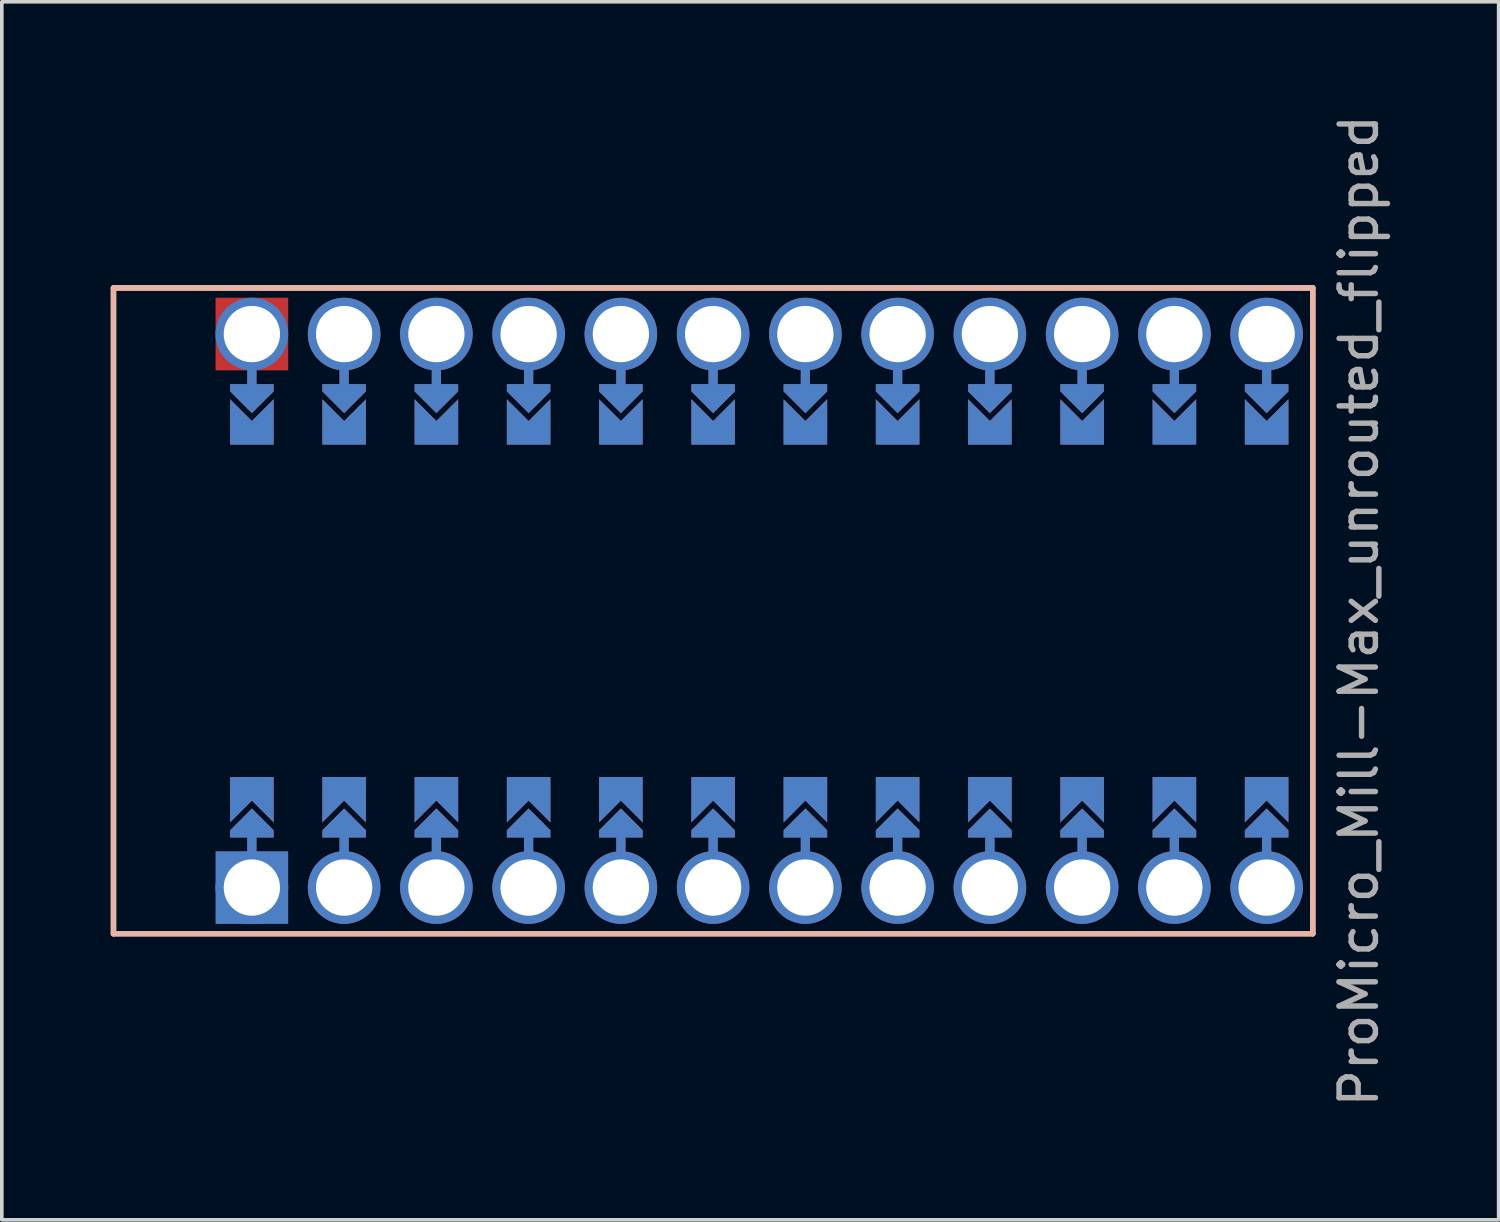
<source format=kicad_pcb>
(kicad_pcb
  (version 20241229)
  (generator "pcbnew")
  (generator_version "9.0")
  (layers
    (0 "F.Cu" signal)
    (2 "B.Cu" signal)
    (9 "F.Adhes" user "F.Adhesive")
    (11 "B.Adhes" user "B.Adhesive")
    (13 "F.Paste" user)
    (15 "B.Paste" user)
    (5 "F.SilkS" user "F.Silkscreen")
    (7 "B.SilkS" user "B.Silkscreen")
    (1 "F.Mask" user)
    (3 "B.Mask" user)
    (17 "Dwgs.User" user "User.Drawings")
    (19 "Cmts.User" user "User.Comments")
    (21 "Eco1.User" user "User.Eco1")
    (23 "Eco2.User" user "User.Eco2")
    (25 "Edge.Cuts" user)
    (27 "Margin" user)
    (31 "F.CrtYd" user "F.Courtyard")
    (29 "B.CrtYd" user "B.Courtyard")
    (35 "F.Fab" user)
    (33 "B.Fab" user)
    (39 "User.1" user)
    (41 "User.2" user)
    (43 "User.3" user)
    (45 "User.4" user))
  (footprint "ProMicro_Mill-Max_unrouted_flipped"
    (layer "F.Cu")
    (at 17.855 13.768)
    (property "Reference" "ProMicro_Mill-Max_unrouted_flipped" (at 16.51 0 90) (layer "F.Fab") (effects (font (size 1 1) (thickness 0.15))))
    (attr through_hole)
    (fp_line (start -13.97 -7.62) (end -13.97 -5.842) (stroke (width 0.254) (type default)) (layer "F.Cu"))
    (fp_line (start -13.97 7.62) (end -13.97 5.842) (stroke (width 0.254) (type default)) (layer "F.Cu"))
    (fp_line (start -11.43 -7.62) (end -11.43 -5.842) (stroke (width 0.254) (type default)) (layer "F.Cu"))
    (fp_line (start -11.43 7.62) (end -11.43 5.842) (stroke (width 0.254) (type default)) (layer "F.Cu"))
    (fp_line (start -8.89 -7.62) (end -8.89 -5.842) (stroke (width 0.254) (type default)) (layer "F.Cu"))
    (fp_line (start -8.89 7.62) (end -8.89 5.842) (stroke (width 0.254) (type default)) (layer "F.Cu"))
    (fp_line (start -6.35 -7.62) (end -6.35 -5.842) (stroke (width 0.254) (type default)) (layer "F.Cu"))
    (fp_line (start -6.35 7.62) (end -6.35 5.842) (stroke (width 0.254) (type default)) (layer "F.Cu"))
    (fp_line (start -3.81 -7.62) (end -3.81 -5.842) (stroke (width 0.254) (type default)) (layer "F.Cu"))
    (fp_line (start -3.81 7.62) (end -3.81 5.842) (stroke (width 0.254) (type default)) (layer "F.Cu"))
    (fp_line (start -1.27 -7.62) (end -1.27 -5.842) (stroke (width 0.254) (type default)) (layer "F.Cu"))
    (fp_line (start -1.27 7.62) (end -1.27 5.842) (stroke (width 0.254) (type default)) (layer "F.Cu"))
    (fp_line (start 1.27 -7.62) (end 1.27 -5.842) (stroke (width 0.254) (type default)) (layer "F.Cu"))
    (fp_line (start 1.27 7.62) (end 1.27 5.842) (stroke (width 0.254) (type default)) (layer "F.Cu"))
    (fp_line (start 3.81 -7.62) (end 3.81 -5.842) (stroke (width 0.254) (type default)) (layer "F.Cu"))
    (fp_line (start 3.81 7.62) (end 3.81 5.842) (stroke (width 0.254) (type default)) (layer "F.Cu"))
    (fp_line (start 6.35 -7.62) (end 6.35 -5.842) (stroke (width 0.254) (type default)) (layer "F.Cu"))
    (fp_line (start 6.35 7.62) (end 6.35 5.842) (stroke (width 0.254) (type default)) (layer "F.Cu"))
    (fp_line (start 8.89 -7.62) (end 8.89 -5.842) (stroke (width 0.254) (type default)) (layer "F.Cu"))
    (fp_line (start 8.89 7.62) (end 8.89 5.842) (stroke (width 0.254) (type default)) (layer "F.Cu"))
    (fp_line (start 11.43 -7.62) (end 11.43 -5.842) (stroke (width 0.254) (type default)) (layer "F.Cu"))
    (fp_line (start 11.43 7.62) (end 11.43 5.842) (stroke (width 0.254) (type default)) (layer "F.Cu"))
    (fp_line (start 13.97 -7.62) (end 13.97 -5.842) (stroke (width 0.254) (type default)) (layer "F.Cu"))
    (fp_line (start 13.97 7.62) (end 13.97 5.842) (stroke (width 0.254) (type default)) (layer "F.Cu"))
    (fp_poly (pts (xy -14.478 -5.08) (xy -13.462 -5.08) (xy -13.462 -6.096) (xy -14.478 -6.096)) (stroke (width 0.2) (type solid)) (fill yes) (layer "F.Mask"))
    (fp_poly (pts (xy -13.462 5.08) (xy -14.478 5.08) (xy -14.478 6.096) (xy -13.462 6.096)) (stroke (width 0.2) (type solid)) (fill yes) (layer "F.Mask"))
    (fp_poly (pts (xy -11.938 -5.08) (xy -10.922 -5.08) (xy -10.922 -6.096) (xy -11.938 -6.096)) (stroke (width 0.2) (type solid)) (fill yes) (layer "F.Mask"))
    (fp_poly (pts (xy -10.922 5.08) (xy -11.938 5.08) (xy -11.938 6.096) (xy -10.922 6.096)) (stroke (width 0.2) (type solid)) (fill yes) (layer "F.Mask"))
    (fp_poly (pts (xy -9.398 -5.08) (xy -8.382 -5.08) (xy -8.382 -6.096) (xy -9.398 -6.096)) (stroke (width 0.2) (type solid)) (fill yes) (layer "F.Mask"))
    (fp_poly (pts (xy -8.382 5.08) (xy -9.398 5.08) (xy -9.398 6.096) (xy -8.382 6.096)) (stroke (width 0.2) (type solid)) (fill yes) (layer "F.Mask"))
    (fp_poly (pts (xy -6.858 -5.08) (xy -5.842 -5.08) (xy -5.842 -6.096) (xy -6.858 -6.096)) (stroke (width 0.2) (type solid)) (fill yes) (layer "F.Mask"))
    (fp_poly (pts (xy -5.842 5.08) (xy -6.858 5.08) (xy -6.858 6.096) (xy -5.842 6.096)) (stroke (width 0.2) (type solid)) (fill yes) (layer "F.Mask"))
    (fp_poly (pts (xy -4.318 -5.08) (xy -3.302 -5.08) (xy -3.302 -6.096) (xy -4.318 -6.096)) (stroke (width 0.2) (type solid)) (fill yes) (layer "F.Mask"))
    (fp_poly (pts (xy -3.302 5.08) (xy -4.318 5.08) (xy -4.318 6.096) (xy -3.302 6.096)) (stroke (width 0.2) (type solid)) (fill yes) (layer "F.Mask"))
    (fp_poly (pts (xy -1.778 -5.08) (xy -0.762 -5.08) (xy -0.762 -6.096) (xy -1.778 -6.096)) (stroke (width 0.2) (type solid)) (fill yes) (layer "F.Mask"))
    (fp_poly (pts (xy -0.762 5.08) (xy -1.778 5.08) (xy -1.778 6.096) (xy -0.762 6.096)) (stroke (width 0.2) (type solid)) (fill yes) (layer "F.Mask"))
    (fp_poly (pts (xy 0.762 -5.08) (xy 1.778 -5.08) (xy 1.778 -6.096) (xy 0.762 -6.096)) (stroke (width 0.2) (type solid)) (fill yes) (layer "F.Mask"))
    (fp_poly (pts (xy 1.778 5.08) (xy 0.762 5.08) (xy 0.762 6.096) (xy 1.778 6.096)) (stroke (width 0.2) (type solid)) (fill yes) (layer "F.Mask"))
    (fp_poly (pts (xy 3.302 -5.08) (xy 4.318 -5.08) (xy 4.318 -6.096) (xy 3.302 -6.096)) (stroke (width 0.2) (type solid)) (fill yes) (layer "F.Mask"))
    (fp_poly (pts (xy 4.318 5.08) (xy 3.302 5.08) (xy 3.302 6.096) (xy 4.318 6.096)) (stroke (width 0.2) (type solid)) (fill yes) (layer "F.Mask"))
    (fp_poly (pts (xy 5.842 -5.08) (xy 6.858 -5.08) (xy 6.858 -6.096) (xy 5.842 -6.096)) (stroke (width 0.2) (type solid)) (fill yes) (layer "F.Mask"))
    (fp_poly (pts (xy 6.858 5.08) (xy 5.842 5.08) (xy 5.842 6.096) (xy 6.858 6.096)) (stroke (width 0.2) (type solid)) (fill yes) (layer "F.Mask"))
    (fp_poly (pts (xy 8.382 -5.08) (xy 9.398 -5.08) (xy 9.398 -6.096) (xy 8.382 -6.096)) (stroke (width 0.2) (type solid)) (fill yes) (layer "F.Mask"))
    (fp_poly (pts (xy 9.398 5.08) (xy 8.382 5.08) (xy 8.382 6.096) (xy 9.398 6.096)) (stroke (width 0.2) (type solid)) (fill yes) (layer "F.Mask"))
    (fp_poly (pts (xy 10.922 -5.08) (xy 11.938 -5.08) (xy 11.938 -6.096) (xy 10.922 -6.096)) (stroke (width 0.2) (type solid)) (fill yes) (layer "F.Mask"))
    (fp_poly (pts (xy 11.938 5.08) (xy 10.922 5.08) (xy 10.922 6.096) (xy 11.938 6.096)) (stroke (width 0.2) (type solid)) (fill yes) (layer "F.Mask"))
    (fp_poly (pts (xy 13.462 -5.08) (xy 14.478 -5.08) (xy 14.478 -6.096) (xy 13.462 -6.096)) (stroke (width 0.2) (type solid)) (fill yes) (layer "F.Mask"))
    (fp_poly (pts (xy 14.478 5.08) (xy 13.462 5.08) (xy 13.462 6.096) (xy 14.478 6.096)) (stroke (width 0.2) (type solid)) (fill yes) (layer "F.Mask"))
    (fp_line (start -13.97 -7.62) (end -13.97 -5.842) (stroke (width 0.254) (type default)) (layer "B.Cu"))
    (fp_line (start -13.97 7.62) (end -13.97 5.842) (stroke (width 0.254) (type default)) (layer "B.Cu"))
    (fp_line (start -11.43 -7.62) (end -11.43 -5.842) (stroke (width 0.254) (type default)) (layer "B.Cu"))
    (fp_line (start -11.43 7.62) (end -11.43 5.842) (stroke (width 0.254) (type default)) (layer "B.Cu"))
    (fp_line (start -8.89 -7.62) (end -8.89 -5.842) (stroke (width 0.254) (type default)) (layer "B.Cu"))
    (fp_line (start -8.89 7.62) (end -8.89 5.842) (stroke (width 0.254) (type default)) (layer "B.Cu"))
    (fp_line (start -6.35 -7.62) (end -6.35 -5.842) (stroke (width 0.254) (type default)) (layer "B.Cu"))
    (fp_line (start -6.35 7.62) (end -6.35 5.842) (stroke (width 0.254) (type default)) (layer "B.Cu"))
    (fp_line (start -3.81 -7.62) (end -3.81 -5.842) (stroke (width 0.254) (type default)) (layer "B.Cu"))
    (fp_line (start -3.81 7.62) (end -3.81 5.842) (stroke (width 0.254) (type default)) (layer "B.Cu"))
    (fp_line (start -1.27 -7.62) (end -1.27 -5.842) (stroke (width 0.254) (type default)) (layer "B.Cu"))
    (fp_line (start -1.27 7.62) (end -1.27 5.842) (stroke (width 0.254) (type default)) (layer "B.Cu"))
    (fp_line (start 1.27 -7.62) (end 1.27 -5.842) (stroke (width 0.254) (type default)) (layer "B.Cu"))
    (fp_line (start 1.27 7.62) (end 1.27 5.842) (stroke (width 0.254) (type default)) (layer "B.Cu"))
    (fp_line (start 3.81 -7.62) (end 3.81 -5.842) (stroke (width 0.254) (type default)) (layer "B.Cu"))
    (fp_line (start 3.81 7.62) (end 3.81 5.842) (stroke (width 0.254) (type default)) (layer "B.Cu"))
    (fp_line (start 6.35 -7.62) (end 6.35 -5.842) (stroke (width 0.254) (type default)) (layer "B.Cu"))
    (fp_line (start 6.35 7.62) (end 6.35 5.842) (stroke (width 0.254) (type default)) (layer "B.Cu"))
    (fp_line (start 8.89 -7.62) (end 8.89 -5.842) (stroke (width 0.254) (type default)) (layer "B.Cu"))
    (fp_line (start 8.89 7.62) (end 8.89 5.842) (stroke (width 0.254) (type default)) (layer "B.Cu"))
    (fp_line (start 11.43 -7.62) (end 11.43 -5.842) (stroke (width 0.254) (type default)) (layer "B.Cu"))
    (fp_line (start 11.43 7.62) (end 11.43 5.842) (stroke (width 0.254) (type default)) (layer "B.Cu"))
    (fp_line (start 13.97 -7.62) (end 13.97 -5.842) (stroke (width 0.254) (type default)) (layer "B.Cu"))
    (fp_line (start 13.97 7.62) (end 13.97 5.842) (stroke (width 0.254) (type default)) (layer "B.Cu"))
    (fp_poly (pts (xy -14.478 -5.08) (xy -13.462 -5.08) (xy -13.462 -6.096) (xy -14.478 -6.096)) (stroke (width 0.2) (type solid)) (fill yes) (layer "B.Mask"))
    (fp_poly (pts (xy -13.462 5.08) (xy -14.478 5.08) (xy -14.478 6.096) (xy -13.462 6.096)) (stroke (width 0.2) (type solid)) (fill yes) (layer "B.Mask"))
    (fp_poly (pts (xy -11.938 -5.08) (xy -10.922 -5.08) (xy -10.922 -6.096) (xy -11.938 -6.096)) (stroke (width 0.2) (type solid)) (fill yes) (layer "B.Mask"))
    (fp_poly (pts (xy -10.922 5.08) (xy -11.938 5.08) (xy -11.938 6.096) (xy -10.922 6.096)) (stroke (width 0.2) (type solid)) (fill yes) (layer "B.Mask"))
    (fp_poly (pts (xy -9.398 -5.08) (xy -8.382 -5.08) (xy -8.382 -6.096) (xy -9.398 -6.096)) (stroke (width 0.2) (type solid)) (fill yes) (layer "B.Mask"))
    (fp_poly (pts (xy -8.382 5.08) (xy -9.398 5.08) (xy -9.398 6.096) (xy -8.382 6.096)) (stroke (width 0.2) (type solid)) (fill yes) (layer "B.Mask"))
    (fp_poly (pts (xy -6.858 -5.08) (xy -5.842 -5.08) (xy -5.842 -6.096) (xy -6.858 -6.096)) (stroke (width 0.2) (type solid)) (fill yes) (layer "B.Mask"))
    (fp_poly (pts (xy -5.842 5.08) (xy -6.858 5.08) (xy -6.858 6.096) (xy -5.842 6.096)) (stroke (width 0.2) (type solid)) (fill yes) (layer "B.Mask"))
    (fp_poly (pts (xy -4.318 -5.08) (xy -3.302 -5.08) (xy -3.302 -6.096) (xy -4.318 -6.096)) (stroke (width 0.2) (type solid)) (fill yes) (layer "B.Mask"))
    (fp_poly (pts (xy -3.302 5.08) (xy -4.318 5.08) (xy -4.318 6.096) (xy -3.302 6.096)) (stroke (width 0.2) (type solid)) (fill yes) (layer "B.Mask"))
    (fp_poly (pts (xy -1.778 -5.08) (xy -0.762 -5.08) (xy -0.762 -6.096) (xy -1.778 -6.096)) (stroke (width 0.2) (type solid)) (fill yes) (layer "B.Mask"))
    (fp_poly (pts (xy -0.762 5.08) (xy -1.778 5.08) (xy -1.778 6.096) (xy -0.762 6.096)) (stroke (width 0.2) (type solid)) (fill yes) (layer "B.Mask"))
    (fp_poly (pts (xy 0.762 -5.08) (xy 1.778 -5.08) (xy 1.778 -6.096) (xy 0.762 -6.096)) (stroke (width 0.2) (type solid)) (fill yes) (layer "B.Mask"))
    (fp_poly (pts (xy 1.778 5.08) (xy 0.762 5.08) (xy 0.762 6.096) (xy 1.778 6.096)) (stroke (width 0.2) (type solid)) (fill yes) (layer "B.Mask"))
    (fp_poly (pts (xy 3.302 -5.08) (xy 4.318 -5.08) (xy 4.318 -6.096) (xy 3.302 -6.096)) (stroke (width 0.2) (type solid)) (fill yes) (layer "B.Mask"))
    (fp_poly (pts (xy 4.318 5.08) (xy 3.302 5.08) (xy 3.302 6.096) (xy 4.318 6.096)) (stroke (width 0.2) (type solid)) (fill yes) (layer "B.Mask"))
    (fp_poly (pts (xy 5.842 -5.08) (xy 6.858 -5.08) (xy 6.858 -6.096) (xy 5.842 -6.096)) (stroke (width 0.2) (type solid)) (fill yes) (layer "B.Mask"))
    (fp_poly (pts (xy 6.858 5.08) (xy 5.842 5.08) (xy 5.842 6.096) (xy 6.858 6.096)) (stroke (width 0.2) (type solid)) (fill yes) (layer "B.Mask"))
    (fp_poly (pts (xy 8.382 -5.08) (xy 9.398 -5.08) (xy 9.398 -6.096) (xy 8.382 -6.096)) (stroke (width 0.2) (type solid)) (fill yes) (layer "B.Mask"))
    (fp_poly (pts (xy 9.398 5.08) (xy 8.382 5.08) (xy 8.382 6.096) (xy 9.398 6.096)) (stroke (width 0.2) (type solid)) (fill yes) (layer "B.Mask"))
    (fp_poly (pts (xy 10.922 -5.08) (xy 11.938 -5.08) (xy 11.938 -6.096) (xy 10.922 -6.096)) (stroke (width 0.2) (type solid)) (fill yes) (layer "B.Mask"))
    (fp_poly (pts (xy 11.938 5.08) (xy 10.922 5.08) (xy 10.922 6.096) (xy 11.938 6.096)) (stroke (width 0.2) (type solid)) (fill yes) (layer "B.Mask"))
    (fp_poly (pts (xy 13.462 -5.08) (xy 14.478 -5.08) (xy 14.478 -6.096) (xy 13.462 -6.096)) (stroke (width 0.2) (type solid)) (fill yes) (layer "B.Mask"))
    (fp_poly (pts (xy 14.478 5.08) (xy 13.462 5.08) (xy 13.462 6.096) (xy 14.478 6.096)) (stroke (width 0.2) (type solid)) (fill yes) (layer "B.Mask"))
    (fp_line (start -17.78 -8.89) (end 15.24 -8.89) (stroke (width 0.15) (type solid)) (layer "F.SilkS"))
    (fp_line (start -17.78 8.89) (end -17.78 -8.89) (stroke (width 0.15) (type solid)) (layer "F.SilkS"))
    (fp_line (start -17.78 8.89) (end 15.24 8.89) (stroke (width 0.15) (type solid)) (layer "F.SilkS"))
    (fp_line (start 15.24 -8.89) (end 15.24 8.89) (stroke (width 0.15) (type solid)) (layer "F.SilkS"))
    (fp_line (start -17.78 -8.89) (end 15.24 -8.89) (stroke (width 0.15) (type solid)) (layer "B.SilkS"))
    (fp_line (start -17.78 8.89) (end -17.78 -8.89) (stroke (width 0.15) (type solid)) (layer "B.SilkS"))
    (fp_line (start -17.78 8.89) (end 15.24 8.89) (stroke (width 0.15) (type solid)) (layer "B.SilkS"))
    (fp_line (start 15.24 -8.89) (end 15.24 8.89) (stroke (width 0.15) (type solid)) (layer "B.SilkS"))
    (pad "" thru_hole circle (at -13.97 -7.62) (size 2 2) (drill 1.55) (layers "*.Cu" "*.Paste" "*.Mask"))
    (pad "" smd rect (at -13.97 -7.62 90) (size 2 2) (layers "F.Cu" "F.Mask" "F.Paste"))
    (pad "" smd custom (at -13.97 -5.842 180) (size 0.1 0.1) (layers "F.Cu" "F.Mask") (options (anchor rect)) (primitives (gr_poly (pts (xy 0.6 0.4) (xy -0.6 0.4) (xy -0.6 0.2) (xy 0 -0.4) (xy 0.6 0.2)) (width 0) (fill yes))))
    (pad "" smd custom (at -13.97 -5.842 180) (size 0.1 0.1) (layers "B.Cu" "B.Mask") (options (anchor rect)) (primitives (gr_poly (pts (xy 0.6 0.4) (xy -0.6 0.4) (xy -0.6 0.2) (xy 0 -0.4) (xy 0.6 0.2)) (width 0) (fill yes))))
    (pad "" smd custom (at -13.97 5.842) (size 0.1 0.1) (layers "F.Cu" "F.Mask") (options (anchor rect)) (primitives (gr_poly (pts (xy 0.6 0.4) (xy -0.6 0.4) (xy -0.6 0.2) (xy 0 -0.4) (xy 0.6 0.2)) (width 0) (fill yes))))
    (pad "" smd custom (at -13.97 5.842) (size 0.1 0.1) (layers "B.Cu" "B.Mask") (options (anchor rect)) (primitives (gr_poly (pts (xy 0.6 0.4) (xy -0.6 0.4) (xy -0.6 0.2) (xy 0 -0.4) (xy 0.6 0.2)) (width 0) (fill yes))))
    (pad "" thru_hole circle (at -13.97 7.62) (size 2 2) (drill 1.55) (layers "*.Cu" "*.Paste" "*.Mask"))
    (pad "" smd rect (at -13.97 7.62) (size 2 2) (layers "B.Cu" "B.Mask" "B.Paste"))
    (pad "" thru_hole circle (at -11.43 -7.62) (size 2 2) (drill 1.55) (layers "*.Cu" "*.Paste" "*.Mask"))
    (pad "" smd custom (at -11.43 -5.842 180) (size 0.1 0.1) (layers "F.Cu" "F.Mask") (options (anchor rect)) (primitives (gr_poly (pts (xy 0.6 0.4) (xy -0.6 0.4) (xy -0.6 0.2) (xy 0 -0.4) (xy 0.6 0.2)) (width 0) (fill yes))))
    (pad "" smd custom (at -11.43 -5.842 180) (size 0.1 0.1) (layers "B.Cu" "B.Mask") (options (anchor rect)) (primitives (gr_poly (pts (xy 0.6 0.4) (xy -0.6 0.4) (xy -0.6 0.2) (xy 0 -0.4) (xy 0.6 0.2)) (width 0) (fill yes))))
    (pad "" smd custom (at -11.43 5.842) (size 0.1 0.1) (layers "F.Cu" "F.Mask") (options (anchor rect)) (primitives (gr_poly (pts (xy 0.6 0.4) (xy -0.6 0.4) (xy -0.6 0.2) (xy 0 -0.4) (xy 0.6 0.2)) (width 0) (fill yes))))
    (pad "" smd custom (at -11.43 5.842) (size 0.1 0.1) (layers "B.Cu" "B.Mask") (options (anchor rect)) (primitives (gr_poly (pts (xy 0.6 0.4) (xy -0.6 0.4) (xy -0.6 0.2) (xy 0 -0.4) (xy 0.6 0.2)) (width 0) (fill yes))))
    (pad "" thru_hole circle (at -11.43 7.62) (size 2 2) (drill 1.55) (layers "*.Cu" "*.Paste" "*.Mask"))
    (pad "" thru_hole circle (at -8.89 -7.62) (size 2 2) (drill 1.55) (layers "*.Cu" "*.Paste" "*.Mask"))
    (pad "" smd custom (at -8.89 -5.842 180) (size 0.1 0.1) (layers "F.Cu" "F.Mask") (options (anchor rect)) (primitives (gr_poly (pts (xy 0.6 0.4) (xy -0.6 0.4) (xy -0.6 0.2) (xy 0 -0.4) (xy 0.6 0.2)) (width 0) (fill yes))))
    (pad "" smd custom (at -8.89 -5.842 180) (size 0.1 0.1) (layers "B.Cu" "B.Mask") (options (anchor rect)) (primitives (gr_poly (pts (xy 0.6 0.4) (xy -0.6 0.4) (xy -0.6 0.2) (xy 0 -0.4) (xy 0.6 0.2)) (width 0) (fill yes))))
    (pad "" smd custom (at -8.89 5.842) (size 0.1 0.1) (layers "F.Cu" "F.Mask") (options (anchor rect)) (primitives (gr_poly (pts (xy 0.6 0.4) (xy -0.6 0.4) (xy -0.6 0.2) (xy 0 -0.4) (xy 0.6 0.2)) (width 0) (fill yes))))
    (pad "" smd custom (at -8.89 5.842) (size 0.1 0.1) (layers "B.Cu" "B.Mask") (options (anchor rect)) (primitives (gr_poly (pts (xy 0.6 0.4) (xy -0.6 0.4) (xy -0.6 0.2) (xy 0 -0.4) (xy 0.6 0.2)) (width 0) (fill yes))))
    (pad "" thru_hole circle (at -8.89 7.62) (size 2 2) (drill 1.55) (layers "*.Cu" "*.Paste" "*.Mask"))
    (pad "" thru_hole circle (at -6.35 -7.62) (size 2 2) (drill 1.55) (layers "*.Cu" "*.Paste" "*.Mask"))
    (pad "" smd custom (at -6.35 -5.842 180) (size 0.1 0.1) (layers "F.Cu" "F.Mask") (options (anchor rect)) (primitives (gr_poly (pts (xy 0.6 0.4) (xy -0.6 0.4) (xy -0.6 0.2) (xy 0 -0.4) (xy 0.6 0.2)) (width 0) (fill yes))))
    (pad "" smd custom (at -6.35 -5.842 180) (size 0.1 0.1) (layers "B.Cu" "B.Mask") (options (anchor rect)) (primitives (gr_poly (pts (xy 0.6 0.4) (xy -0.6 0.4) (xy -0.6 0.2) (xy 0 -0.4) (xy 0.6 0.2)) (width 0) (fill yes))))
    (pad "" smd custom (at -6.35 5.842) (size 0.1 0.1) (layers "F.Cu" "F.Mask") (options (anchor rect)) (primitives (gr_poly (pts (xy 0.6 0.4) (xy -0.6 0.4) (xy -0.6 0.2) (xy 0 -0.4) (xy 0.6 0.2)) (width 0) (fill yes))))
    (pad "" smd custom (at -6.35 5.842) (size 0.1 0.1) (layers "B.Cu" "B.Mask") (options (anchor rect)) (primitives (gr_poly (pts (xy 0.6 0.4) (xy -0.6 0.4) (xy -0.6 0.2) (xy 0 -0.4) (xy 0.6 0.2)) (width 0) (fill yes))))
    (pad "" thru_hole circle (at -6.35 7.62) (size 2 2) (drill 1.55) (layers "*.Cu" "*.Paste" "*.Mask"))
    (pad "" thru_hole circle (at -3.81 -7.62) (size 2 2) (drill 1.55) (layers "*.Cu" "*.Paste" "*.Mask"))
    (pad "" smd custom (at -3.81 -5.842 180) (size 0.1 0.1) (layers "F.Cu" "F.Mask") (options (anchor rect)) (primitives (gr_poly (pts (xy 0.6 0.4) (xy -0.6 0.4) (xy -0.6 0.2) (xy 0 -0.4) (xy 0.6 0.2)) (width 0) (fill yes))))
    (pad "" smd custom (at -3.81 -5.842 180) (size 0.1 0.1) (layers "B.Cu" "B.Mask") (options (anchor rect)) (primitives (gr_poly (pts (xy 0.6 0.4) (xy -0.6 0.4) (xy -0.6 0.2) (xy 0 -0.4) (xy 0.6 0.2)) (width 0) (fill yes))))
    (pad "" smd custom (at -3.81 5.842) (size 0.1 0.1) (layers "F.Cu" "F.Mask") (options (anchor rect)) (primitives (gr_poly (pts (xy 0.6 0.4) (xy -0.6 0.4) (xy -0.6 0.2) (xy 0 -0.4) (xy 0.6 0.2)) (width 0) (fill yes))))
    (pad "" smd custom (at -3.81 5.842) (size 0.1 0.1) (layers "B.Cu" "B.Mask") (options (anchor rect)) (primitives (gr_poly (pts (xy 0.6 0.4) (xy -0.6 0.4) (xy -0.6 0.2) (xy 0 -0.4) (xy 0.6 0.2)) (width 0) (fill yes))))
    (pad "" thru_hole circle (at -3.81 7.62) (size 2 2) (drill 1.55) (layers "*.Cu" "*.Paste" "*.Mask"))
    (pad "" thru_hole circle (at -1.27 -7.62) (size 2 2) (drill 1.55) (layers "*.Cu" "*.Paste" "*.Mask"))
    (pad "" smd custom (at -1.27 -5.842 180) (size 0.1 0.1) (layers "F.Cu" "F.Mask") (options (anchor rect)) (primitives (gr_poly (pts (xy 0.6 0.4) (xy -0.6 0.4) (xy -0.6 0.2) (xy 0 -0.4) (xy 0.6 0.2)) (width 0) (fill yes))))
    (pad "" smd custom (at -1.27 -5.842 180) (size 0.1 0.1) (layers "B.Cu" "B.Mask") (options (anchor rect)) (primitives (gr_poly (pts (xy 0.6 0.4) (xy -0.6 0.4) (xy -0.6 0.2) (xy 0 -0.4) (xy 0.6 0.2)) (width 0) (fill yes))))
    (pad "" smd custom (at -1.27 5.842) (size 0.1 0.1) (layers "F.Cu" "F.Mask") (options (anchor rect)) (primitives (gr_poly (pts (xy 0.6 0.4) (xy -0.6 0.4) (xy -0.6 0.2) (xy 0 -0.4) (xy 0.6 0.2)) (width 0) (fill yes))))
    (pad "" smd custom (at -1.27 5.842) (size 0.1 0.1) (layers "B.Cu" "B.Mask") (options (anchor rect)) (primitives (gr_poly (pts (xy 0.6 0.4) (xy -0.6 0.4) (xy -0.6 0.2) (xy 0 -0.4) (xy 0.6 0.2)) (width 0) (fill yes))))
    (pad "" thru_hole circle (at -1.27 7.62) (size 2 2) (drill 1.55) (layers "*.Cu" "*.Paste" "*.Mask"))
    (pad "" thru_hole circle (at 1.27 -7.62) (size 2 2) (drill 1.55) (layers "*.Cu" "*.Paste" "*.Mask"))
    (pad "" smd custom (at 1.27 -5.842 180) (size 0.1 0.1) (layers "F.Cu" "F.Mask") (options (anchor rect)) (primitives (gr_poly (pts (xy 0.6 0.4) (xy -0.6 0.4) (xy -0.6 0.2) (xy 0 -0.4) (xy 0.6 0.2)) (width 0) (fill yes))))
    (pad "" smd custom (at 1.27 -5.842 180) (size 0.1 0.1) (layers "B.Cu" "B.Mask") (options (anchor rect)) (primitives (gr_poly (pts (xy 0.6 0.4) (xy -0.6 0.4) (xy -0.6 0.2) (xy 0 -0.4) (xy 0.6 0.2)) (width 0) (fill yes))))
    (pad "" smd custom (at 1.27 5.842) (size 0.1 0.1) (layers "F.Cu" "F.Mask") (options (anchor rect)) (primitives (gr_poly (pts (xy 0.6 0.4) (xy -0.6 0.4) (xy -0.6 0.2) (xy 0 -0.4) (xy 0.6 0.2)) (width 0) (fill yes))))
    (pad "" smd custom (at 1.27 5.842) (size 0.1 0.1) (layers "B.Cu" "B.Mask") (options (anchor rect)) (primitives (gr_poly (pts (xy 0.6 0.4) (xy -0.6 0.4) (xy -0.6 0.2) (xy 0 -0.4) (xy 0.6 0.2)) (width 0) (fill yes))))
    (pad "" thru_hole circle (at 1.27 7.62) (size 2 2) (drill 1.55) (layers "*.Cu" "*.Paste" "*.Mask"))
    (pad "" thru_hole circle (at 3.81 -7.62) (size 2 2) (drill 1.55) (layers "*.Cu" "*.Paste" "*.Mask"))
    (pad "" smd custom (at 3.81 -5.842 180) (size 0.1 0.1) (layers "F.Cu" "F.Mask") (options (anchor rect)) (primitives (gr_poly (pts (xy 0.6 0.4) (xy -0.6 0.4) (xy -0.6 0.2) (xy 0 -0.4) (xy 0.6 0.2)) (width 0) (fill yes))))
    (pad "" smd custom (at 3.81 -5.842 180) (size 0.1 0.1) (layers "B.Cu" "B.Mask") (options (anchor rect)) (primitives (gr_poly (pts (xy 0.6 0.4) (xy -0.6 0.4) (xy -0.6 0.2) (xy 0 -0.4) (xy 0.6 0.2)) (width 0) (fill yes))))
    (pad "" smd custom (at 3.81 5.842) (size 0.1 0.1) (layers "F.Cu" "F.Mask") (options (anchor rect)) (primitives (gr_poly (pts (xy 0.6 0.4) (xy -0.6 0.4) (xy -0.6 0.2) (xy 0 -0.4) (xy 0.6 0.2)) (width 0) (fill yes))))
    (pad "" smd custom (at 3.81 5.842) (size 0.1 0.1) (layers "B.Cu" "B.Mask") (options (anchor rect)) (primitives (gr_poly (pts (xy 0.6 0.4) (xy -0.6 0.4) (xy -0.6 0.2) (xy 0 -0.4) (xy 0.6 0.2)) (width 0) (fill yes))))
    (pad "" thru_hole circle (at 3.81 7.62) (size 2 2) (drill 1.55) (layers "*.Cu" "*.Paste" "*.Mask"))
    (pad "" thru_hole circle (at 6.35 -7.62) (size 2 2) (drill 1.55) (layers "*.Cu" "*.Paste" "*.Mask"))
    (pad "" smd custom (at 6.35 -5.842 180) (size 0.1 0.1) (layers "F.Cu" "F.Mask") (options (anchor rect)) (primitives (gr_poly (pts (xy 0.6 0.4) (xy -0.6 0.4) (xy -0.6 0.2) (xy 0 -0.4) (xy 0.6 0.2)) (width 0) (fill yes))))
    (pad "" smd custom (at 6.35 -5.842 180) (size 0.1 0.1) (layers "B.Cu" "B.Mask") (options (anchor rect)) (primitives (gr_poly (pts (xy 0.6 0.4) (xy -0.6 0.4) (xy -0.6 0.2) (xy 0 -0.4) (xy 0.6 0.2)) (width 0) (fill yes))))
    (pad "" smd custom (at 6.35 5.842) (size 0.1 0.1) (layers "F.Cu" "F.Mask") (options (anchor rect)) (primitives (gr_poly (pts (xy 0.6 0.4) (xy -0.6 0.4) (xy -0.6 0.2) (xy 0 -0.4) (xy 0.6 0.2)) (width 0) (fill yes))))
    (pad "" smd custom (at 6.35 5.842) (size 0.1 0.1) (layers "B.Cu" "B.Mask") (options (anchor rect)) (primitives (gr_poly (pts (xy 0.6 0.4) (xy -0.6 0.4) (xy -0.6 0.2) (xy 0 -0.4) (xy 0.6 0.2)) (width 0) (fill yes))))
    (pad "" thru_hole circle (at 6.35 7.62) (size 2 2) (drill 1.55) (layers "*.Cu" "*.Paste" "*.Mask"))
    (pad "" thru_hole circle (at 8.89 -7.62) (size 2 2) (drill 1.55) (layers "*.Cu" "*.Paste" "*.Mask"))
    (pad "" smd custom (at 8.89 -5.842 180) (size 0.1 0.1) (layers "F.Cu" "F.Mask") (options (anchor rect)) (primitives (gr_poly (pts (xy 0.6 0.4) (xy -0.6 0.4) (xy -0.6 0.2) (xy 0 -0.4) (xy 0.6 0.2)) (width 0) (fill yes))))
    (pad "" smd custom (at 8.89 -5.842 180) (size 0.1 0.1) (layers "B.Cu" "B.Mask") (options (anchor rect)) (primitives (gr_poly (pts (xy 0.6 0.4) (xy -0.6 0.4) (xy -0.6 0.2) (xy 0 -0.4) (xy 0.6 0.2)) (width 0) (fill yes))))
    (pad "" smd custom (at 8.89 5.842) (size 0.1 0.1) (layers "F.Cu" "F.Mask") (options (anchor rect)) (primitives (gr_poly (pts (xy 0.6 0.4) (xy -0.6 0.4) (xy -0.6 0.2) (xy 0 -0.4) (xy 0.6 0.2)) (width 0) (fill yes))))
    (pad "" smd custom (at 8.89 5.842) (size 0.1 0.1) (layers "B.Cu" "B.Mask") (options (anchor rect)) (primitives (gr_poly (pts (xy 0.6 0.4) (xy -0.6 0.4) (xy -0.6 0.2) (xy 0 -0.4) (xy 0.6 0.2)) (width 0) (fill yes))))
    (pad "" thru_hole circle (at 8.89 7.62) (size 2 2) (drill 1.55) (layers "*.Cu" "*.Paste" "*.Mask"))
    (pad "" thru_hole circle (at 11.43 -7.62) (size 2 2) (drill 1.55) (layers "*.Cu" "*.Paste" "*.Mask"))
    (pad "" smd custom (at 11.43 -5.842 180) (size 0.1 0.1) (layers "F.Cu" "F.Mask") (options (anchor rect)) (primitives (gr_poly (pts (xy 0.6 0.4) (xy -0.6 0.4) (xy -0.6 0.2) (xy 0 -0.4) (xy 0.6 0.2)) (width 0) (fill yes))))
    (pad "" smd custom (at 11.43 -5.842 180) (size 0.1 0.1) (layers "B.Cu" "B.Mask") (options (anchor rect)) (primitives (gr_poly (pts (xy 0.6 0.4) (xy -0.6 0.4) (xy -0.6 0.2) (xy 0 -0.4) (xy 0.6 0.2)) (width 0) (fill yes))))
    (pad "" smd custom (at 11.43 5.842) (size 0.1 0.1) (layers "F.Cu" "F.Mask") (options (anchor rect)) (primitives (gr_poly (pts (xy 0.6 0.4) (xy -0.6 0.4) (xy -0.6 0.2) (xy 0 -0.4) (xy 0.6 0.2)) (width 0) (fill yes))))
    (pad "" smd custom (at 11.43 5.842) (size 0.1 0.1) (layers "B.Cu" "B.Mask") (options (anchor rect)) (primitives (gr_poly (pts (xy 0.6 0.4) (xy -0.6 0.4) (xy -0.6 0.2) (xy 0 -0.4) (xy 0.6 0.2)) (width 0) (fill yes))))
    (pad "" thru_hole circle (at 11.43 7.62) (size 2 2) (drill 1.55) (layers "*.Cu" "*.Paste" "*.Mask"))
    (pad "" thru_hole circle (at 13.97 -7.62) (size 2 2) (drill 1.55) (layers "*.Cu" "*.Paste" "*.Mask"))
    (pad "" smd custom (at 13.97 -5.842 180) (size 0.1 0.1) (layers "F.Cu" "F.Mask") (options (anchor rect)) (primitives (gr_poly (pts (xy 0.6 0.4) (xy -0.6 0.4) (xy -0.6 0.2) (xy 0 -0.4) (xy 0.6 0.2)) (width 0) (fill yes))))
    (pad "" smd custom (at 13.97 -5.842 180) (size 0.1 0.1) (layers "B.Cu" "B.Mask") (options (anchor rect)) (primitives (gr_poly (pts (xy 0.6 0.4) (xy -0.6 0.4) (xy -0.6 0.2) (xy 0 -0.4) (xy 0.6 0.2)) (width 0) (fill yes))))
    (pad "" smd custom (at 13.97 5.842) (size 0.1 0.1) (layers "F.Cu" "F.Mask") (options (anchor rect)) (primitives (gr_poly (pts (xy 0.6 0.4) (xy -0.6 0.4) (xy -0.6 0.2) (xy 0 -0.4) (xy 0.6 0.2)) (width 0) (fill yes))))
    (pad "" smd custom (at 13.97 5.842) (size 0.1 0.1) (layers "B.Cu" "B.Mask") (options (anchor rect)) (primitives (gr_poly (pts (xy 0.6 0.4) (xy -0.6 0.4) (xy -0.6 0.2) (xy 0 -0.4) (xy 0.6 0.2)) (width 0) (fill yes))))
    (pad "" thru_hole circle (at 13.97 7.62) (size 2 2) (drill 1.55) (layers "*.Cu" "*.Paste" "*.Mask"))
    (pad "1" smd custom (at -13.97 -4.826 180) (size 1.2 0.5) (layers "B.Cu" "B.Mask") (options (anchor rect)) (primitives (gr_poly (pts (xy 0.6 0) (xy -0.6 0) (xy -0.6 1) (xy 0 0.4) (xy 0.6 1)) (width 0) (fill yes))))
    (pad "1" smd custom (at -13.97 4.826) (size 1.2 0.5) (layers "F.Cu" "F.Mask") (options (anchor rect)) (primitives (gr_poly (pts (xy 0.6 0) (xy -0.6 0) (xy -0.6 1) (xy 0 0.4) (xy 0.6 1)) (width 0) (fill yes))))
    (pad "2" smd custom (at -11.43 -4.826 180) (size 1.2 0.5) (layers "B.Cu" "B.Mask") (options (anchor rect)) (primitives (gr_poly (pts (xy 0.6 0) (xy -0.6 0) (xy -0.6 1) (xy 0 0.4) (xy 0.6 1)) (width 0) (fill yes))))
    (pad "2" smd custom (at -11.43 4.826) (size 1.2 0.5) (layers "F.Cu" "F.Mask") (options (anchor rect)) (primitives (gr_poly (pts (xy 0.6 0) (xy -0.6 0) (xy -0.6 1) (xy 0 0.4) (xy 0.6 1)) (width 0) (fill yes))))
    (pad "3" smd custom (at -8.89 -4.826 180) (size 1.2 0.5) (layers "B.Cu" "B.Mask") (options (anchor rect)) (primitives (gr_poly (pts (xy 0.6 0) (xy -0.6 0) (xy -0.6 1) (xy 0 0.4) (xy 0.6 1)) (width 0) (fill yes))))
    (pad "3" smd custom (at -8.89 4.826) (size 1.2 0.5) (layers "F.Cu" "F.Mask") (options (anchor rect)) (primitives (gr_poly (pts (xy 0.6 0) (xy -0.6 0) (xy -0.6 1) (xy 0 0.4) (xy 0.6 1)) (width 0) (fill yes))))
    (pad "4" smd custom (at -6.35 -4.826 180) (size 1.2 0.5) (layers "B.Cu" "B.Mask") (options (anchor rect)) (primitives (gr_poly (pts (xy 0.6 0) (xy -0.6 0) (xy -0.6 1) (xy 0 0.4) (xy 0.6 1)) (width 0) (fill yes))))
    (pad "4" smd custom (at -6.35 4.826) (size 1.2 0.5) (layers "F.Cu" "F.Mask") (options (anchor rect)) (primitives (gr_poly (pts (xy 0.6 0) (xy -0.6 0) (xy -0.6 1) (xy 0 0.4) (xy 0.6 1)) (width 0) (fill yes))))
    (pad "5" smd custom (at -3.81 -4.826 180) (size 1.2 0.5) (layers "B.Cu" "B.Mask") (options (anchor rect)) (primitives (gr_poly (pts (xy 0.6 0) (xy -0.6 0) (xy -0.6 1) (xy 0 0.4) (xy 0.6 1)) (width 0) (fill yes))))
    (pad "5" smd custom (at -3.81 4.826) (size 1.2 0.5) (layers "F.Cu" "F.Mask") (options (anchor rect)) (primitives (gr_poly (pts (xy 0.6 0) (xy -0.6 0) (xy -0.6 1) (xy 0 0.4) (xy 0.6 1)) (width 0) (fill yes))))
    (pad "6" smd custom (at -1.27 -4.826 180) (size 1.2 0.5) (layers "B.Cu" "B.Mask") (options (anchor rect)) (primitives (gr_poly (pts (xy 0.6 0) (xy -0.6 0) (xy -0.6 1) (xy 0 0.4) (xy 0.6 1)) (width 0) (fill yes))))
    (pad "6" smd custom (at -1.27 4.826) (size 1.2 0.5) (layers "F.Cu" "F.Mask") (options (anchor rect)) (primitives (gr_poly (pts (xy 0.6 0) (xy -0.6 0) (xy -0.6 1) (xy 0 0.4) (xy 0.6 1)) (width 0) (fill yes))))
    (pad "7" smd custom (at 1.27 -4.826 180) (size 1.2 0.5) (layers "B.Cu" "B.Mask") (options (anchor rect)) (primitives (gr_poly (pts (xy 0.6 0) (xy -0.6 0) (xy -0.6 1) (xy 0 0.4) (xy 0.6 1)) (width 0) (fill yes))))
    (pad "7" smd custom (at 1.27 4.826) (size 1.2 0.5) (layers "F.Cu" "F.Mask") (options (anchor rect)) (primitives (gr_poly (pts (xy 0.6 0) (xy -0.6 0) (xy -0.6 1) (xy 0 0.4) (xy 0.6 1)) (width 0) (fill yes))))
    (pad "8" smd custom (at 3.81 -4.826 180) (size 1.2 0.5) (layers "B.Cu" "B.Mask") (options (anchor rect)) (primitives (gr_poly (pts (xy 0.6 0) (xy -0.6 0) (xy -0.6 1) (xy 0 0.4) (xy 0.6 1)) (width 0) (fill yes))))
    (pad "8" smd custom (at 3.81 4.826) (size 1.2 0.5) (layers "F.Cu" "F.Mask") (options (anchor rect)) (primitives (gr_poly (pts (xy 0.6 0) (xy -0.6 0) (xy -0.6 1) (xy 0 0.4) (xy 0.6 1)) (width 0) (fill yes))))
    (pad "9" smd custom (at 6.35 -4.826 180) (size 1.2 0.5) (layers "B.Cu" "B.Mask") (options (anchor rect)) (primitives (gr_poly (pts (xy 0.6 0) (xy -0.6 0) (xy -0.6 1) (xy 0 0.4) (xy 0.6 1)) (width 0) (fill yes))))
    (pad "9" smd custom (at 6.35 4.826) (size 1.2 0.5) (layers "F.Cu" "F.Mask") (options (anchor rect)) (primitives (gr_poly (pts (xy 0.6 0) (xy -0.6 0) (xy -0.6 1) (xy 0 0.4) (xy 0.6 1)) (width 0) (fill yes))))
    (pad "10" smd custom (at 8.89 -4.826 180) (size 1.2 0.5) (layers "B.Cu" "B.Mask") (options (anchor rect)) (primitives (gr_poly (pts (xy 0.6 0) (xy -0.6 0) (xy -0.6 1) (xy 0 0.4) (xy 0.6 1)) (width 0) (fill yes))))
    (pad "10" smd custom (at 8.89 4.826) (size 1.2 0.5) (layers "F.Cu" "F.Mask") (options (anchor rect)) (primitives (gr_poly (pts (xy 0.6 0) (xy -0.6 0) (xy -0.6 1) (xy 0 0.4) (xy 0.6 1)) (width 0) (fill yes))))
    (pad "11" smd custom (at 11.43 -4.826 180) (size 1.2 0.5) (layers "B.Cu" "B.Mask") (options (anchor rect)) (primitives (gr_poly (pts (xy 0.6 0) (xy -0.6 0) (xy -0.6 1) (xy 0 0.4) (xy 0.6 1)) (width 0) (fill yes))))
    (pad "11" smd custom (at 11.43 4.826) (size 1.2 0.5) (layers "F.Cu" "F.Mask") (options (anchor rect)) (primitives (gr_poly (pts (xy 0.6 0) (xy -0.6 0) (xy -0.6 1) (xy 0 0.4) (xy 0.6 1)) (width 0) (fill yes))))
    (pad "12" smd custom (at 13.97 -4.826 180) (size 1.2 0.5) (layers "B.Cu" "B.Mask") (options (anchor rect)) (primitives (gr_poly (pts (xy 0.6 0) (xy -0.6 0) (xy -0.6 1) (xy 0 0.4) (xy 0.6 1)) (width 0) (fill yes))))
    (pad "12" smd custom (at 13.97 4.826) (size 1.2 0.5) (layers "F.Cu" "F.Mask") (options (anchor rect)) (primitives (gr_poly (pts (xy 0.6 0) (xy -0.6 0) (xy -0.6 1) (xy 0 0.4) (xy 0.6 1)) (width 0) (fill yes))))
    (pad "13" smd custom (at 13.97 -4.826 180) (size 1.2 0.5) (layers "F.Cu" "F.Mask") (options (anchor rect)) (primitives (gr_poly (pts (xy 0.6 0) (xy -0.6 0) (xy -0.6 1) (xy 0 0.4) (xy 0.6 1)) (width 0) (fill yes))))
    (pad "13" smd custom (at 13.97 4.826) (size 1.2 0.5) (layers "B.Cu" "B.Mask") (options (anchor rect)) (primitives (gr_poly (pts (xy 0.6 0) (xy -0.6 0) (xy -0.6 1) (xy 0 0.4) (xy 0.6 1)) (width 0) (fill yes))))
    (pad "14" smd custom (at 11.43 -4.826 180) (size 1.2 0.5) (layers "F.Cu" "F.Mask") (options (anchor rect)) (primitives (gr_poly (pts (xy 0.6 0) (xy -0.6 0) (xy -0.6 1) (xy 0 0.4) (xy 0.6 1)) (width 0) (fill yes))))
    (pad "14" smd custom (at 11.43 4.826) (size 1.2 0.5) (layers "B.Cu" "B.Mask") (options (anchor rect)) (primitives (gr_poly (pts (xy 0.6 0) (xy -0.6 0) (xy -0.6 1) (xy 0 0.4) (xy 0.6 1)) (width 0) (fill yes))))
    (pad "15" smd custom (at 8.89 -4.826 180) (size 1.2 0.5) (layers "F.Cu" "F.Mask") (options (anchor rect)) (primitives (gr_poly (pts (xy 0.6 0) (xy -0.6 0) (xy -0.6 1) (xy 0 0.4) (xy 0.6 1)) (width 0) (fill yes))))
    (pad "15" smd custom (at 8.89 4.826) (size 1.2 0.5) (layers "B.Cu" "B.Mask") (options (anchor rect)) (primitives (gr_poly (pts (xy 0.6 0) (xy -0.6 0) (xy -0.6 1) (xy 0 0.4) (xy 0.6 1)) (width 0) (fill yes))))
    (pad "16" smd custom (at 6.35 -4.826 180) (size 1.2 0.5) (layers "F.Cu" "F.Mask") (options (anchor rect)) (primitives (gr_poly (pts (xy 0.6 0) (xy -0.6 0) (xy -0.6 1) (xy 0 0.4) (xy 0.6 1)) (width 0) (fill yes))))
    (pad "16" smd custom (at 6.35 4.826) (size 1.2 0.5) (layers "B.Cu" "B.Mask") (options (anchor rect)) (primitives (gr_poly (pts (xy 0.6 0) (xy -0.6 0) (xy -0.6 1) (xy 0 0.4) (xy 0.6 1)) (width 0) (fill yes))))
    (pad "17" smd custom (at 3.81 -4.826 180) (size 1.2 0.5) (layers "F.Cu" "F.Mask") (options (anchor rect)) (primitives (gr_poly (pts (xy 0.6 0) (xy -0.6 0) (xy -0.6 1) (xy 0 0.4) (xy 0.6 1)) (width 0) (fill yes))))
    (pad "17" smd custom (at 3.81 4.826) (size 1.2 0.5) (layers "B.Cu" "B.Mask") (options (anchor rect)) (primitives (gr_poly (pts (xy 0.6 0) (xy -0.6 0) (xy -0.6 1) (xy 0 0.4) (xy 0.6 1)) (width 0) (fill yes))))
    (pad "18" smd custom (at 1.27 -4.826 180) (size 1.2 0.5) (layers "F.Cu" "F.Mask") (options (anchor rect)) (primitives (gr_poly (pts (xy 0.6 0) (xy -0.6 0) (xy -0.6 1) (xy 0 0.4) (xy 0.6 1)) (width 0) (fill yes))))
    (pad "18" smd custom (at 1.27 4.826) (size 1.2 0.5) (layers "B.Cu" "B.Mask") (options (anchor rect)) (primitives (gr_poly (pts (xy 0.6 0) (xy -0.6 0) (xy -0.6 1) (xy 0 0.4) (xy 0.6 1)) (width 0) (fill yes))))
    (pad "19" smd custom (at -1.27 -4.826 180) (size 1.2 0.5) (layers "F.Cu" "F.Mask") (options (anchor rect)) (primitives (gr_poly (pts (xy 0.6 0) (xy -0.6 0) (xy -0.6 1) (xy 0 0.4) (xy 0.6 1)) (width 0) (fill yes))))
    (pad "19" smd custom (at -1.27 4.826) (size 1.2 0.5) (layers "B.Cu" "B.Mask") (options (anchor rect)) (primitives (gr_poly (pts (xy 0.6 0) (xy -0.6 0) (xy -0.6 1) (xy 0 0.4) (xy 0.6 1)) (width 0) (fill yes))))
    (pad "20" smd custom (at -3.81 -4.826 180) (size 1.2 0.5) (layers "F.Cu" "F.Mask") (options (anchor rect)) (primitives (gr_poly (pts (xy 0.6 0) (xy -0.6 0) (xy -0.6 1) (xy 0 0.4) (xy 0.6 1)) (width 0) (fill yes))))
    (pad "20" smd custom (at -3.81 4.826) (size 1.2 0.5) (layers "B.Cu" "B.Mask") (options (anchor rect)) (primitives (gr_poly (pts (xy 0.6 0) (xy -0.6 0) (xy -0.6 1) (xy 0 0.4) (xy 0.6 1)) (width 0) (fill yes))))
    (pad "21" smd custom (at -6.35 -4.826 180) (size 1.2 0.5) (layers "F.Cu" "F.Mask") (options (anchor rect)) (primitives (gr_poly (pts (xy 0.6 0) (xy -0.6 0) (xy -0.6 1) (xy 0 0.4) (xy 0.6 1)) (width 0) (fill yes))))
    (pad "21" smd custom (at -6.35 4.826) (size 1.2 0.5) (layers "B.Cu" "B.Mask") (options (anchor rect)) (primitives (gr_poly (pts (xy 0.6 0) (xy -0.6 0) (xy -0.6 1) (xy 0 0.4) (xy 0.6 1)) (width 0) (fill yes))))
    (pad "22" smd custom (at -8.89 -4.826 180) (size 1.2 0.5) (layers "F.Cu" "F.Mask") (options (anchor rect)) (primitives (gr_poly (pts (xy 0.6 0) (xy -0.6 0) (xy -0.6 1) (xy 0 0.4) (xy 0.6 1)) (width 0) (fill yes))))
    (pad "22" smd custom (at -8.89 4.826) (size 1.2 0.5) (layers "B.Cu" "B.Mask") (options (anchor rect)) (primitives (gr_poly (pts (xy 0.6 0) (xy -0.6 0) (xy -0.6 1) (xy 0 0.4) (xy 0.6 1)) (width 0) (fill yes))))
    (pad "23" smd custom (at -11.43 -4.826 180) (size 1.2 0.5) (layers "F.Cu" "F.Mask") (options (anchor rect)) (primitives (gr_poly (pts (xy 0.6 0) (xy -0.6 0) (xy -0.6 1) (xy 0 0.4) (xy 0.6 1)) (width 0) (fill yes))))
    (pad "23" smd custom (at -11.43 4.826) (size 1.2 0.5) (layers "B.Cu" "B.Mask") (options (anchor rect)) (primitives (gr_poly (pts (xy 0.6 0) (xy -0.6 0) (xy -0.6 1) (xy 0 0.4) (xy 0.6 1)) (width 0) (fill yes))))
    (pad "24" smd custom (at -13.97 -4.826 180) (size 1.2 0.5) (layers "F.Cu" "F.Mask") (options (anchor rect)) (primitives (gr_poly (pts (xy 0.6 0) (xy -0.6 0) (xy -0.6 1) (xy 0 0.4) (xy 0.6 1)) (width 0) (fill yes))))
    (pad "24" smd custom (at -13.97 4.826) (size 1.2 0.5) (layers "B.Cu" "B.Mask") (options (anchor rect)) (primitives (gr_poly (pts (xy 0.6 0) (xy -0.6 0) (xy -0.6 1) (xy 0 0.4) (xy 0.6 1)) (width 0) (fill yes)))))
  (gr_rect
    (start -3 -3)
    (end 38.213 30.536)
    (stroke (width 0.1) (type default))
    (fill no)
    (layer "Edge.Cuts")))
</source>
